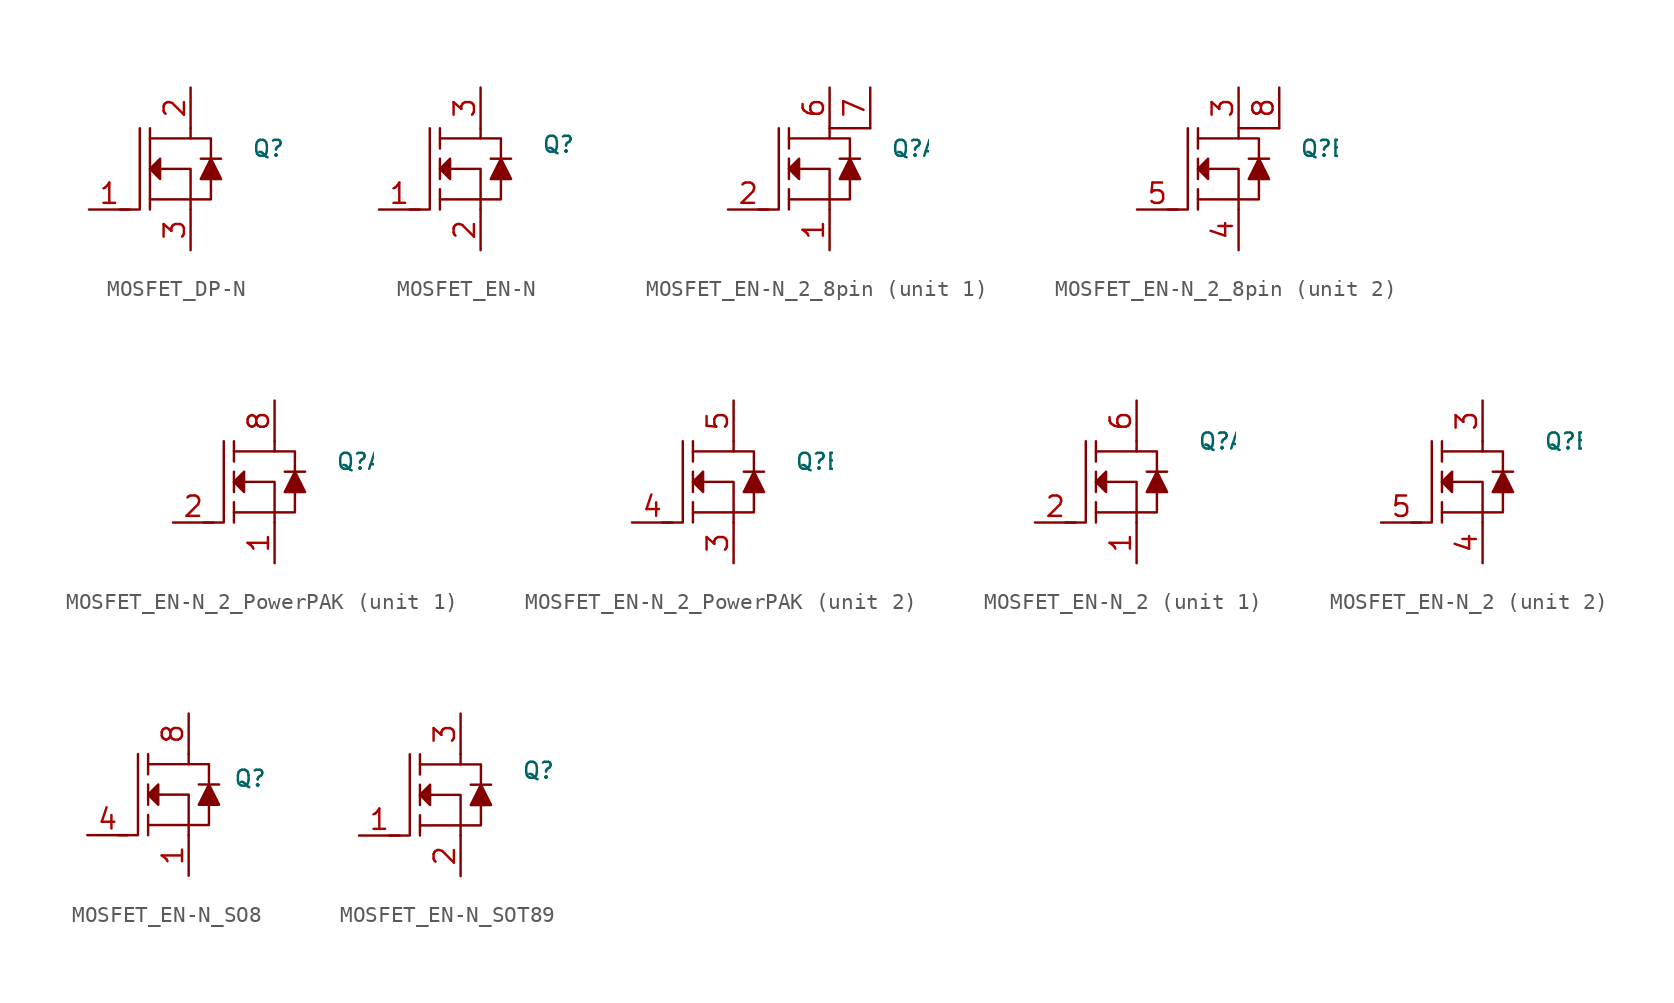
<source format=kicad_sym>
(kicad_symbol_lib
  (version 20231120)
  (generator "kicad_symbol_editor")
  (generator_version "8.0")
  (symbol "MOSFET_DP-N"
    (property "Reference" "Q"
      (at 3.81 1.27 0)
      (effects (font (size 1 1)) (justify left)))
    (symbol "MOSFET_DP-N_0_1"
      (polyline (pts (xy -2.54 -1.905) (xy 0 -1.905)) (stroke (width 0) (type default)) (fill (type none)))
      (polyline (pts (xy -2.54 2.54) (xy -2.54 -2.54)) (stroke (width 0) (type default)) (fill (type none)))
      (polyline (pts (xy 0.635 0.635) (xy 1.905 0.635)) (stroke (width 0) (type default)) (fill (type none)))
      (polyline (pts (xy -3.175 2.54) (xy -3.175 -2.54) (xy -4.445 -2.54)) (stroke (width 0) (type default)) (fill (type none)))
      (polyline (pts (xy -2.54 0) (xy 0 0) (xy 0 -2.54)) (stroke (width 0) (type default)) (fill (type none)))
      (polyline (pts (xy -2.54 1.905) (xy 0 1.905) (xy 0 2.54)) (stroke (width 0) (type default)) (fill (type none)))
      (polyline (pts (xy 1.27 -0.635) (xy 1.27 -1.905) (xy 0 -1.905)) (stroke (width 0) (type default)) (fill (type none)))
      (polyline (pts (xy 1.27 0.635) (xy 1.27 1.905) (xy 0 1.905)) (stroke (width 0) (type default)) (fill (type none)))
      (polyline (pts (xy -1.905 0.635) (xy -1.905 -0.635) (xy -2.54 0) (xy -1.905 0.635)) (stroke (width 0) (type default)) (fill (type outline)))
      (polyline (pts (xy 1.27 0.635) (xy 0.635 -0.635) (xy 1.905 -0.635) (xy 1.27 0.635)) (stroke (width 0) (type default)) (fill (type outline))))
    (symbol "MOSFET_DP-N_1_1"
      (pin input line (at -6.35 -2.54 0) (length 2.54) (name "~" (effects (font (size 1.27 1.27)))) (number "1" (effects (font (size 1.27 1.27)))))
      (pin bidirectional line (at 0 5.08 270) (length 2.54) (name "~" (effects (font (size 1.27 1.27)))) (number "2" (effects (font (size 1.27 1.27)))))
      (pin bidirectional line (at 0 -5.08 90) (length 2.54) (name "~" (effects (font (size 1.27 1.27)))) (number "3" (effects (font (size 1.27 1.27)))))))
  (symbol "MOSFET_EN-N"
    (pin_names hide)
    (property "Reference" "Q"
      (at 3.81 1.524 0)
      (do_not_autoplace)
      (effects (font (size 1 1)) (justify left)))
    (symbol "MOSFET_EN-N_0_1"
      (polyline (pts (xy -2.54 -1.905) (xy 0 -1.905)) (stroke (width 0) (type default)) (fill (type none)))
      (polyline (pts (xy -2.54 -1.27) (xy -2.54 -2.54)) (stroke (width 0) (type default)) (fill (type none)))
      (polyline (pts (xy -2.54 0.635) (xy -2.54 -0.635)) (stroke (width 0) (type default)) (fill (type none)))
      (polyline (pts (xy -2.54 2.54) (xy -2.54 1.27)) (stroke (width 0) (type default)) (fill (type none)))
      (polyline (pts (xy 0.635 0.635) (xy 1.905 0.635)) (stroke (width 0) (type default)) (fill (type none)))
      (polyline (pts (xy -3.175 2.54) (xy -3.175 -2.54) (xy -4.445 -2.54)) (stroke (width 0) (type default)) (fill (type none)))
      (polyline (pts (xy -2.54 0) (xy 0 0) (xy 0 -2.54)) (stroke (width 0) (type default)) (fill (type none)))
      (polyline (pts (xy -2.54 1.905) (xy 0 1.905) (xy 0 2.54)) (stroke (width 0) (type default)) (fill (type none)))
      (polyline (pts (xy 1.27 -0.635) (xy 1.27 -1.905) (xy 0 -1.905)) (stroke (width 0) (type default)) (fill (type none)))
      (polyline (pts (xy 1.27 0.635) (xy 1.27 1.905) (xy 0 1.905)) (stroke (width 0) (type default)) (fill (type none)))
      (polyline (pts (xy -1.905 0.635) (xy -1.905 -0.635) (xy -2.54 0) (xy -1.905 0.635)) (stroke (width 0) (type default)) (fill (type outline)))
      (polyline (pts (xy 1.27 0.635) (xy 0.635 -0.635) (xy 1.905 -0.635) (xy 1.27 0.635)) (stroke (width 0) (type default)) (fill (type outline))))
    (symbol "MOSFET_EN-N_1_1"
      (pin input line (at -6.35 -2.54 0) (length 2.54) (name "G" (effects (font (size 1.27 1.27)))) (number "1" (effects (font (size 1.27 1.27)))))
      (pin bidirectional line (at 0 -5.08 90) (length 2.54) (name "S" (effects (font (size 1.27 1.27)))) (number "2" (effects (font (size 1.27 1.27)))))
      (pin bidirectional line (at 0 5.08 270) (length 2.54) (name "D" (effects (font (size 1.27 1.27)))) (number "3" (effects (font (size 1.27 1.27)))))))
  (symbol "MOSFET_EN-N_2_8pin"
    (pin_names hide)
    (property "Reference" "Q"
      (at 3.81 1.27 0)
      (effects (font (size 1 1)) (justify left)))
    (property "ki_locked" ""
      (at 0 0 0)
      (effects (font (size 1.27 1.27))))
    (symbol "MOSFET_EN-N_2_8pin_0_1"
      (polyline (pts (xy -2.54 -1.905) (xy 0 -1.905)) (stroke (width 0) (type default)) (fill (type none)))
      (polyline (pts (xy -2.54 -1.27) (xy -2.54 -2.54)) (stroke (width 0) (type default)) (fill (type none)))
      (polyline (pts (xy -2.54 0.635) (xy -2.54 -0.635)) (stroke (width 0) (type default)) (fill (type none)))
      (polyline (pts (xy -2.54 2.54) (xy -2.54 1.27)) (stroke (width 0) (type default)) (fill (type none)))
      (polyline (pts (xy 0.635 0.635) (xy 1.905 0.635)) (stroke (width 0) (type default)) (fill (type none)))
      (polyline (pts (xy -3.175 2.54) (xy -3.175 -2.54) (xy -4.445 -2.54)) (stroke (width 0) (type default)) (fill (type none)))
      (polyline (pts (xy -2.54 0) (xy 0 0) (xy 0 -2.54)) (stroke (width 0) (type default)) (fill (type none)))
      (polyline (pts (xy -2.54 1.905) (xy 0 1.905) (xy 0 2.54)) (stroke (width 0) (type default)) (fill (type none)))
      (polyline (pts (xy 1.27 -0.635) (xy 1.27 -1.905) (xy 0 -1.905)) (stroke (width 0) (type default)) (fill (type none)))
      (polyline (pts (xy 1.27 0.635) (xy 1.27 1.905) (xy 0 1.905)) (stroke (width 0) (type default)) (fill (type none)))
      (polyline (pts (xy -1.905 0.635) (xy -1.905 -0.635) (xy -2.54 0) (xy -1.905 0.635)) (stroke (width 0) (type default)) (fill (type outline)))
      (polyline (pts (xy 1.27 0.635) (xy 0.635 -0.635) (xy 1.905 -0.635) (xy 1.27 0.635)) (stroke (width 0) (type default)) (fill (type outline))))
    (symbol "MOSFET_EN-N_2_8pin_1_1"
      (polyline (pts (xy 0 2.54) (xy 2.54 2.54)) (stroke (width 0.152) (type default)) (fill (type none)))
      (pin bidirectional line (at 0 -5.08 90) (length 2.54) (name "~" (effects (font (size 1.27 1.27)))) (number "1" (effects (font (size 1.27 1.27)))))
      (pin input line (at -6.35 -2.54 0) (length 2.54) (name "~" (effects (font (size 1.27 1.27)))) (number "2" (effects (font (size 1.27 1.27)))))
      (pin bidirectional line (at 0 5.08 270) (length 2.54) (name "~" (effects (font (size 1.27 1.27)))) (number "6" (effects (font (size 1.27 1.27)))))
      (pin bidirectional line (at 2.54 5.08 270) (length 2.54) (name "~" (effects (font (size 1.27 1.27)))) (number "7" (effects (font (size 1.27 1.27))))))
    (symbol "MOSFET_EN-N_2_8pin_2_1"
      (polyline (pts (xy 2.54 2.54) (xy 0 2.54)) (stroke (width 0.152) (type default)) (fill (type none)))
      (pin bidirectional line (at 0 5.08 270) (length 2.54) (name "~" (effects (font (size 1.27 1.27)))) (number "3" (effects (font (size 1.27 1.27)))))
      (pin bidirectional line (at 0 -5.08 90) (length 2.54) (name "~" (effects (font (size 1.27 1.27)))) (number "4" (effects (font (size 1.27 1.27)))))
      (pin input line (at -6.35 -2.54 0) (length 2.54) (name "~" (effects (font (size 1.27 1.27)))) (number "5" (effects (font (size 1.27 1.27)))))
      (pin bidirectional line (at 2.54 5.08 270) (length 2.54) (name "~" (effects (font (size 1.27 1.27)))) (number "8" (effects (font (size 1.27 1.27)))))))
  (symbol "MOSFET_EN-N_2_PowerPAK"
    (property "Reference" "Q"
      (at 3.81 1.27 0)
      (effects (font (size 1 1)) (justify left)))
    (property "ki_locked" ""
      (at 0 0 0)
      (effects (font (size 1.27 1.27))))
    (symbol "MOSFET_EN-N_2_PowerPAK_0_1"
      (polyline (pts (xy -2.54 -1.905) (xy 0 -1.905)) (stroke (width 0) (type default)) (fill (type none)))
      (polyline (pts (xy -2.54 -1.27) (xy -2.54 -2.54)) (stroke (width 0) (type default)) (fill (type none)))
      (polyline (pts (xy -2.54 0.635) (xy -2.54 -0.635)) (stroke (width 0) (type default)) (fill (type none)))
      (polyline (pts (xy -2.54 2.54) (xy -2.54 1.27)) (stroke (width 0) (type default)) (fill (type none)))
      (polyline (pts (xy 0.635 0.635) (xy 1.905 0.635)) (stroke (width 0) (type default)) (fill (type none)))
      (polyline (pts (xy -3.175 2.54) (xy -3.175 -2.54) (xy -4.445 -2.54)) (stroke (width 0) (type default)) (fill (type none)))
      (polyline (pts (xy -2.54 0) (xy 0 0) (xy 0 -2.54)) (stroke (width 0) (type default)) (fill (type none)))
      (polyline (pts (xy -2.54 1.905) (xy 0 1.905) (xy 0 2.54)) (stroke (width 0) (type default)) (fill (type none)))
      (polyline (pts (xy 1.27 -0.635) (xy 1.27 -1.905) (xy 0 -1.905)) (stroke (width 0) (type default)) (fill (type none)))
      (polyline (pts (xy 1.27 0.635) (xy 1.27 1.905) (xy 0 1.905)) (stroke (width 0) (type default)) (fill (type none)))
      (polyline (pts (xy -1.905 0.635) (xy -1.905 -0.635) (xy -2.54 0) (xy -1.905 0.635)) (stroke (width 0) (type default)) (fill (type outline)))
      (polyline (pts (xy 1.27 0.635) (xy 0.635 -0.635) (xy 1.905 -0.635) (xy 1.27 0.635)) (stroke (width 0) (type default)) (fill (type outline))))
    (symbol "MOSFET_EN-N_2_PowerPAK_1_1"
      (pin bidirectional line (at 0 -5.08 90) (length 2.54) (name "~" (effects (font (size 1.27 1.27)))) (number "1" (effects (font (size 1.27 1.27)))))
      (pin input line (at -6.35 -2.54 0) (length 2.54) (name "~" (effects (font (size 1.27 1.27)))) (number "2" (effects (font (size 1.27 1.27)))))
      (pin bidirectional line (at 0 5.08 270) (length 2.54) (name "~" (effects (font (size 1.27 1.27)))) (number "8" (effects (font (size 1.27 1.27))))))
    (symbol "MOSFET_EN-N_2_PowerPAK_2_1"
      (pin bidirectional line (at 0 -5.08 90) (length 2.54) (name "~" (effects (font (size 1.27 1.27)))) (number "3" (effects (font (size 1.27 1.27)))))
      (pin input line (at -6.35 -2.54 0) (length 2.54) (name "~" (effects (font (size 1.27 1.27)))) (number "4" (effects (font (size 1.27 1.27)))))
      (pin bidirectional line (at 0 5.08 270) (length 2.54) (name "~" (effects (font (size 1.27 1.27)))) (number "5" (effects (font (size 1.27 1.27)))))))
  (symbol "MOSFET_EN-N_2"
    (pin_names hide)
    (property "Reference" "Q"
      (at 3.81 2.54 0)
      (effects (font (size 1 1)) (justify left)))
    (property "ki_locked" ""
      (at 0 0 0)
      (effects (font (size 1.27 1.27))))
    (symbol "MOSFET_EN-N_2_0_1"
      (polyline (pts (xy -2.54 -1.905) (xy 0 -1.905)) (stroke (width 0) (type default)) (fill (type none)))
      (polyline (pts (xy -2.54 -1.27) (xy -2.54 -2.54)) (stroke (width 0) (type default)) (fill (type none)))
      (polyline (pts (xy -2.54 0.635) (xy -2.54 -0.635)) (stroke (width 0) (type default)) (fill (type none)))
      (polyline (pts (xy -2.54 2.54) (xy -2.54 1.27)) (stroke (width 0) (type default)) (fill (type none)))
      (polyline (pts (xy 0.635 0.635) (xy 1.905 0.635)) (stroke (width 0) (type default)) (fill (type none)))
      (polyline (pts (xy -3.175 2.54) (xy -3.175 -2.54) (xy -4.445 -2.54)) (stroke (width 0) (type default)) (fill (type none)))
      (polyline (pts (xy -2.54 0) (xy 0 0) (xy 0 -2.54)) (stroke (width 0) (type default)) (fill (type none)))
      (polyline (pts (xy -2.54 1.905) (xy 0 1.905) (xy 0 2.54)) (stroke (width 0) (type default)) (fill (type none)))
      (polyline (pts (xy 1.27 -0.635) (xy 1.27 -1.905) (xy 0 -1.905)) (stroke (width 0) (type default)) (fill (type none)))
      (polyline (pts (xy 1.27 0.635) (xy 1.27 1.905) (xy 0 1.905)) (stroke (width 0) (type default)) (fill (type none)))
      (polyline (pts (xy -1.905 0.635) (xy -1.905 -0.635) (xy -2.54 0) (xy -1.905 0.635)) (stroke (width 0) (type default)) (fill (type outline)))
      (polyline (pts (xy 1.27 0.635) (xy 0.635 -0.635) (xy 1.905 -0.635) (xy 1.27 0.635)) (stroke (width 0) (type default)) (fill (type outline))))
    (symbol "MOSFET_EN-N_2_1_1"
      (pin bidirectional line (at 0 -5.08 90) (length 2.54) (name "~" (effects (font (size 1.27 1.27)))) (number "1" (effects (font (size 1.27 1.27)))))
      (pin input line (at -6.35 -2.54 0) (length 2.54) (name "~" (effects (font (size 1.27 1.27)))) (number "2" (effects (font (size 1.27 1.27)))))
      (pin bidirectional line (at 0 5.08 270) (length 2.54) (name "~" (effects (font (size 1.27 1.27)))) (number "6" (effects (font (size 1.27 1.27))))))
    (symbol "MOSFET_EN-N_2_2_1"
      (pin bidirectional line (at 0 5.08 270) (length 2.54) (name "~" (effects (font (size 1.27 1.27)))) (number "3" (effects (font (size 1.27 1.27)))))
      (pin bidirectional line (at 0 -5.08 90) (length 2.54) (name "~" (effects (font (size 1.27 1.27)))) (number "4" (effects (font (size 1.27 1.27)))))
      (pin input line (at -6.35 -2.54 0) (length 2.54) (name "~" (effects (font (size 1.27 1.27)))) (number "5" (effects (font (size 1.27 1.27)))))))
  (symbol "MOSFET_EN-N_SO8"
    (pin_names hide)
    (property "Reference" "Q"
      (at 2.794 1.016 0)
      (effects (font (size 1 1)) (justify left)))
    (symbol "MOSFET_EN-N_SO8_0_1"
      (polyline (pts (xy -2.54 -1.905) (xy 0 -1.905)) (stroke (width 0) (type default)) (fill (type none)))
      (polyline (pts (xy -2.54 -1.27) (xy -2.54 -2.54)) (stroke (width 0) (type default)) (fill (type none)))
      (polyline (pts (xy -2.54 0.635) (xy -2.54 -0.635)) (stroke (width 0) (type default)) (fill (type none)))
      (polyline (pts (xy -2.54 2.54) (xy -2.54 1.27)) (stroke (width 0) (type default)) (fill (type none)))
      (polyline (pts (xy 0.635 0.635) (xy 1.905 0.635)) (stroke (width 0) (type default)) (fill (type none)))
      (polyline (pts (xy -3.175 2.54) (xy -3.175 -2.54) (xy -4.445 -2.54)) (stroke (width 0) (type default)) (fill (type none)))
      (polyline (pts (xy -2.54 0) (xy 0 0) (xy 0 -2.54)) (stroke (width 0) (type default)) (fill (type none)))
      (polyline (pts (xy -2.54 1.905) (xy 0 1.905) (xy 0 2.54)) (stroke (width 0) (type default)) (fill (type none)))
      (polyline (pts (xy 1.27 -0.635) (xy 1.27 -1.905) (xy 0 -1.905)) (stroke (width 0) (type default)) (fill (type none)))
      (polyline (pts (xy 1.27 0.635) (xy 1.27 1.905) (xy 0 1.905)) (stroke (width 0) (type default)) (fill (type none)))
      (polyline (pts (xy -1.905 0.635) (xy -1.905 -0.635) (xy -2.54 0) (xy -1.905 0.635)) (stroke (width 0) (type default)) (fill (type outline)))
      (polyline (pts (xy 1.27 0.635) (xy 0.635 -0.635) (xy 1.905 -0.635) (xy 1.27 0.635)) (stroke (width 0) (type default)) (fill (type outline))))
    (symbol "MOSFET_EN-N_SO8_1_1"
      (pin bidirectional line (at 0 -5.08 90) (length 2.54) (name "S" (effects (font (size 1.27 1.27)))) (number "1" (effects (font (size 1.27 1.27)))))
      (pin passive line (at 0 -5.08 90) (length 2.54) hide (name "S" (effects (font (size 1.27 1.27)))) (number "2" (effects (font (size 1.27 1.27)))))
      (pin passive line (at 0 -5.08 90) (length 2.54) hide (name "S" (effects (font (size 1.27 1.27)))) (number "3" (effects (font (size 1.27 1.27)))))
      (pin input line (at -6.35 -2.54 0) (length 2.54) (name "G" (effects (font (size 1.27 1.27)))) (number "4" (effects (font (size 1.27 1.27)))))
      (pin passive line (at 0 5.08 270) (length 2.54) hide (name "D" (effects (font (size 1.27 1.27)))) (number "5" (effects (font (size 1.27 1.27)))))
      (pin passive line (at 0 5.08 270) (length 2.54) hide (name "D" (effects (font (size 1.27 1.27)))) (number "6" (effects (font (size 1.27 1.27)))))
      (pin passive line (at 0 5.08 270) (length 2.54) hide (name "D" (effects (font (size 1.27 1.27)))) (number "7" (effects (font (size 1.27 1.27)))))
      (pin bidirectional line (at 0 5.08 270) (length 2.54) (name "D" (effects (font (size 1.27 1.27)))) (number "8" (effects (font (size 1.27 1.27)))))))
  (symbol "MOSFET_EN-N_SOT89"
    (pin_names hide)
    (property "Reference" "Q"
      (at 3.81 1.524 0)
      (do_not_autoplace)
      (effects (font (size 1 1)) (justify left)))
    (symbol "MOSFET_EN-N_SOT89_0_1"
      (polyline (pts (xy -2.54 -1.905) (xy 0 -1.905)) (stroke (width 0) (type default)) (fill (type none)))
      (polyline (pts (xy -2.54 -1.27) (xy -2.54 -2.54)) (stroke (width 0) (type default)) (fill (type none)))
      (polyline (pts (xy -2.54 0.635) (xy -2.54 -0.635)) (stroke (width 0) (type default)) (fill (type none)))
      (polyline (pts (xy -2.54 2.54) (xy -2.54 1.27)) (stroke (width 0) (type default)) (fill (type none)))
      (polyline (pts (xy 0.635 0.635) (xy 1.905 0.635)) (stroke (width 0) (type default)) (fill (type none)))
      (polyline (pts (xy -3.175 2.54) (xy -3.175 -2.54) (xy -4.445 -2.54)) (stroke (width 0) (type default)) (fill (type none)))
      (polyline (pts (xy -2.54 0) (xy 0 0) (xy 0 -2.54)) (stroke (width 0) (type default)) (fill (type none)))
      (polyline (pts (xy -2.54 1.905) (xy 0 1.905) (xy 0 2.54)) (stroke (width 0) (type default)) (fill (type none)))
      (polyline (pts (xy 1.27 -0.635) (xy 1.27 -1.905) (xy 0 -1.905)) (stroke (width 0) (type default)) (fill (type none)))
      (polyline (pts (xy 1.27 0.635) (xy 1.27 1.905) (xy 0 1.905)) (stroke (width 0) (type default)) (fill (type none)))
      (polyline (pts (xy -1.905 0.635) (xy -1.905 -0.635) (xy -2.54 0) (xy -1.905 0.635)) (stroke (width 0) (type default)) (fill (type outline)))
      (polyline (pts (xy 1.27 0.635) (xy 0.635 -0.635) (xy 1.905 -0.635) (xy 1.27 0.635)) (stroke (width 0) (type default)) (fill (type outline))))
    (symbol "MOSFET_EN-N_SOT89_1_1"
      (pin input line (at -6.35 -2.54 0) (length 2.54) (name "G" (effects (font (size 1.27 1.27)))) (number "1" (effects (font (size 1.27 1.27)))))
      (pin bidirectional line (at 0 -5.08 90) (length 2.54) (name "S" (effects (font (size 1.27 1.27)))) (number "2" (effects (font (size 1.27 1.27)))))
      (pin bidirectional line (at 0 5.08 270) (length 2.54) (name "D" (effects (font (size 1.27 1.27)))) (number "3" (effects (font (size 1.27 1.27))))))))
</source>
